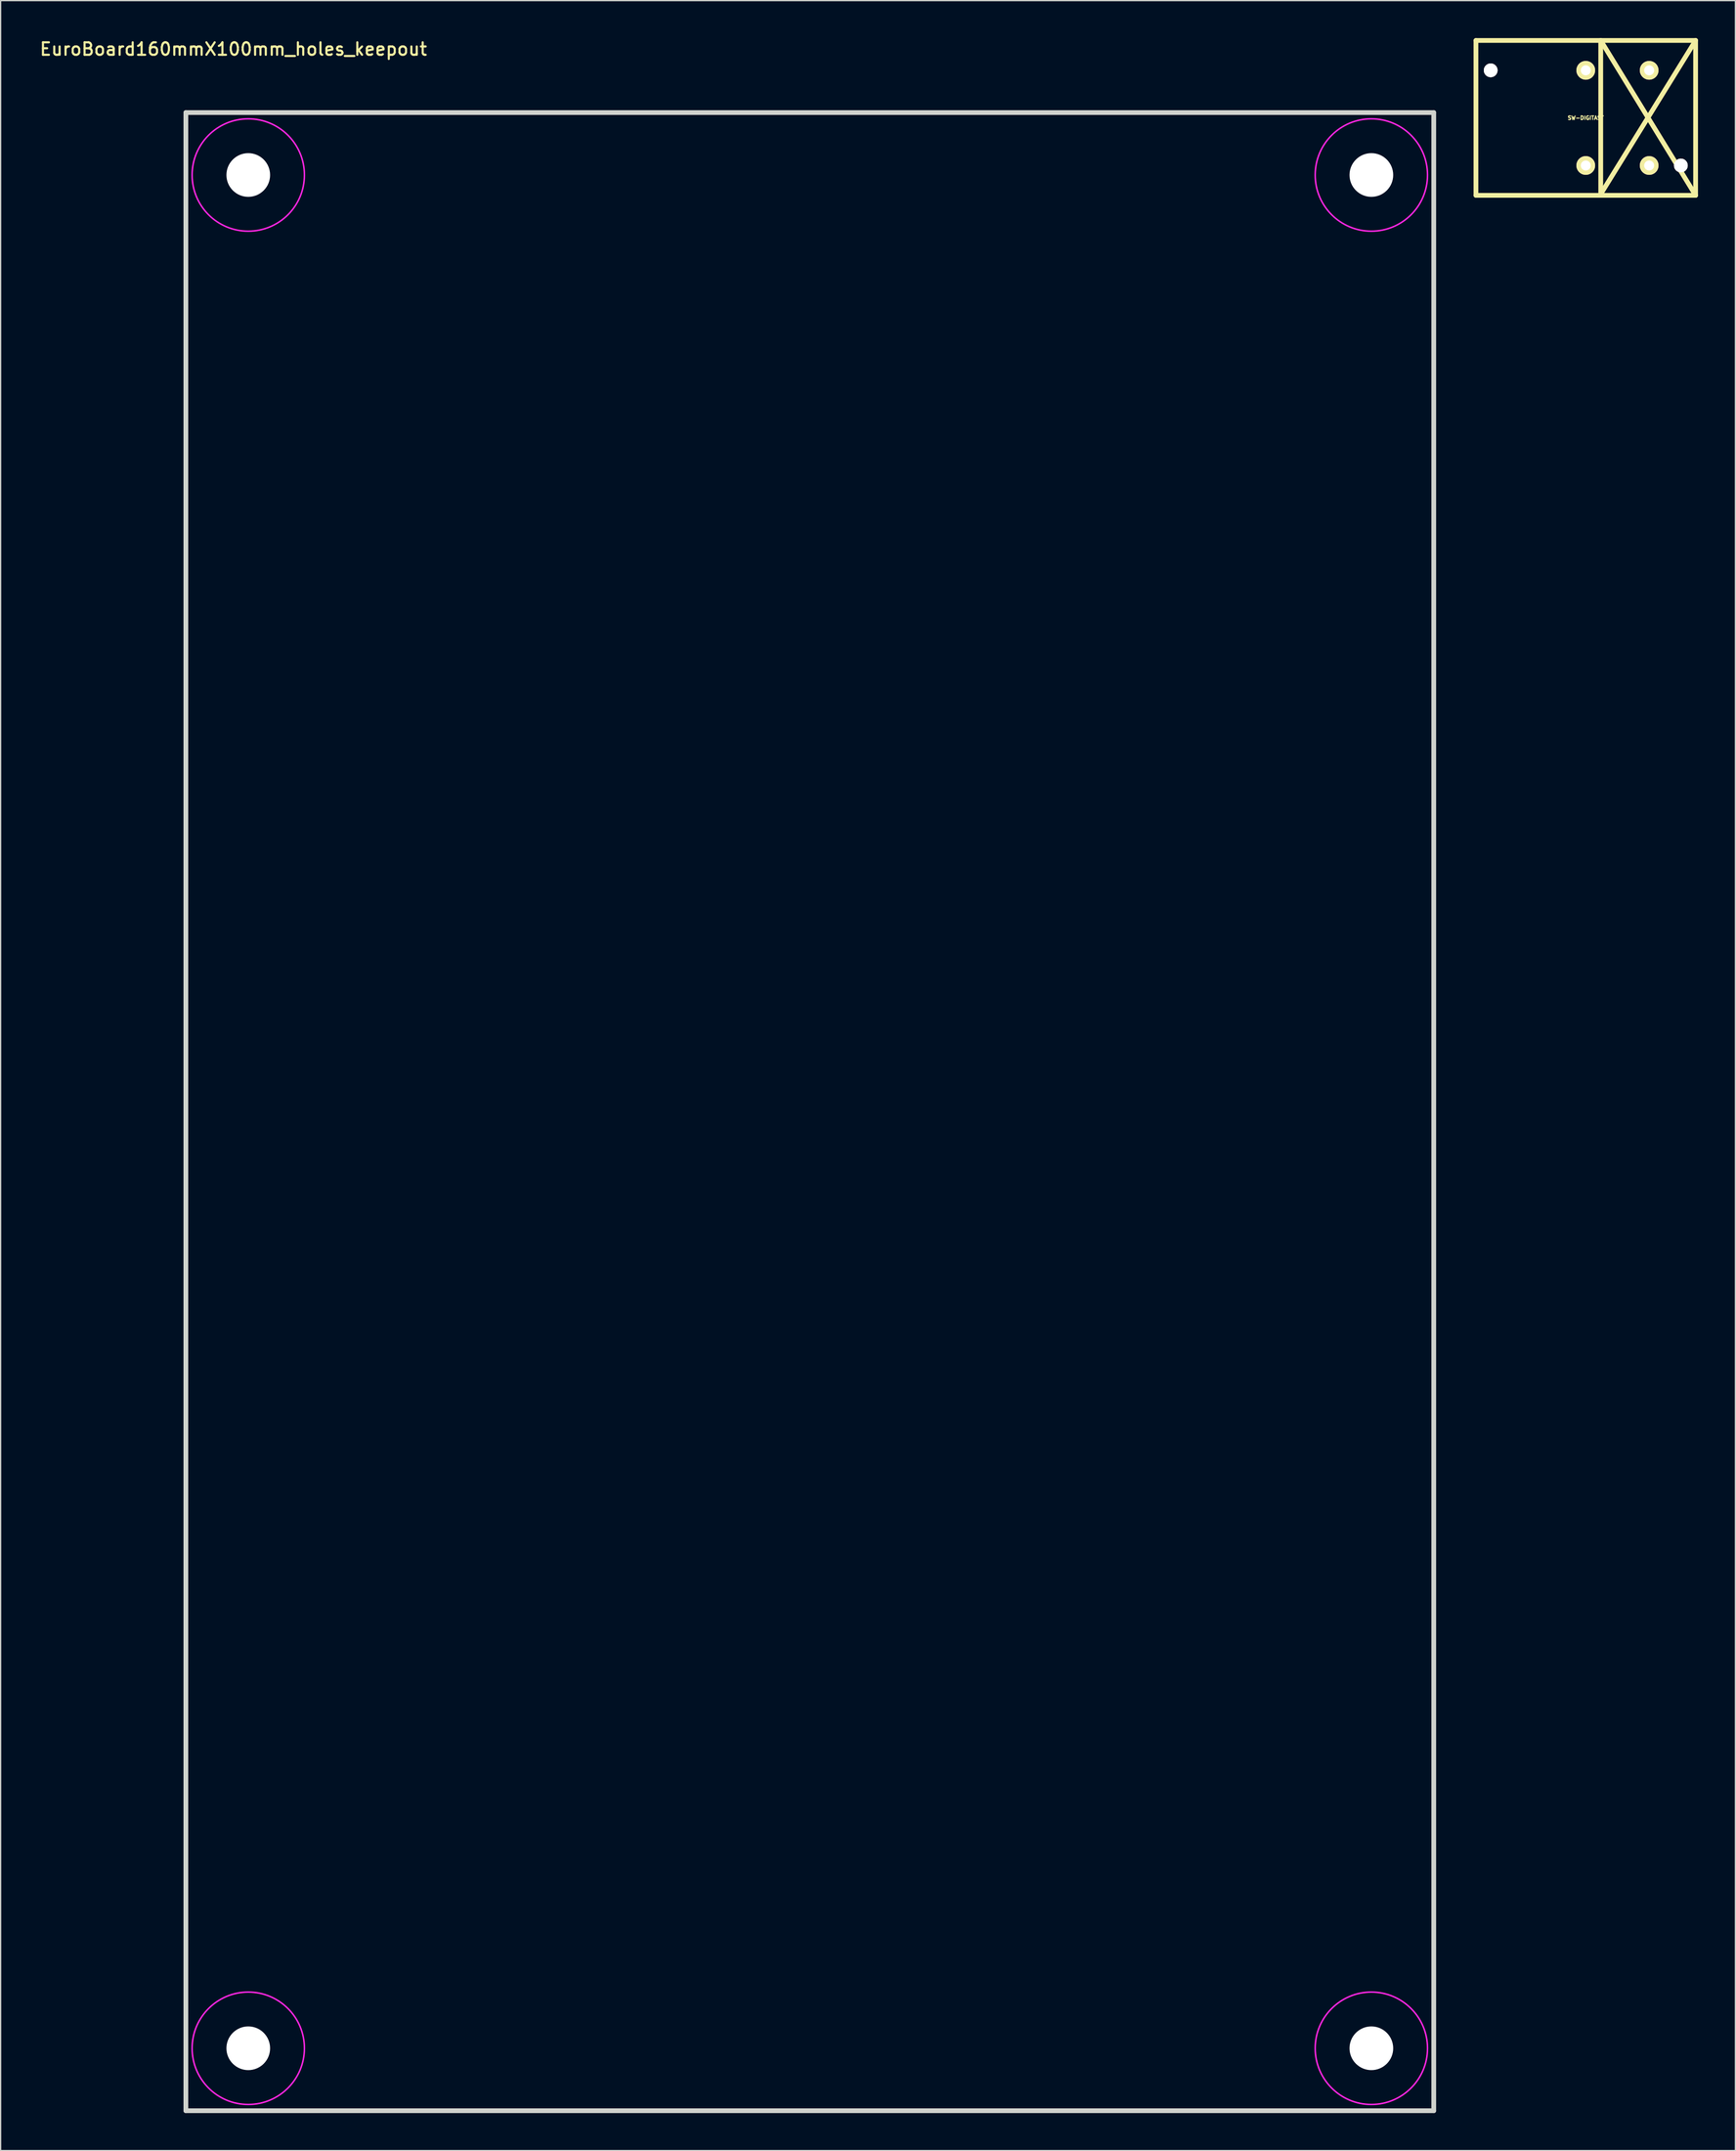
<source format=kicad_pcb>
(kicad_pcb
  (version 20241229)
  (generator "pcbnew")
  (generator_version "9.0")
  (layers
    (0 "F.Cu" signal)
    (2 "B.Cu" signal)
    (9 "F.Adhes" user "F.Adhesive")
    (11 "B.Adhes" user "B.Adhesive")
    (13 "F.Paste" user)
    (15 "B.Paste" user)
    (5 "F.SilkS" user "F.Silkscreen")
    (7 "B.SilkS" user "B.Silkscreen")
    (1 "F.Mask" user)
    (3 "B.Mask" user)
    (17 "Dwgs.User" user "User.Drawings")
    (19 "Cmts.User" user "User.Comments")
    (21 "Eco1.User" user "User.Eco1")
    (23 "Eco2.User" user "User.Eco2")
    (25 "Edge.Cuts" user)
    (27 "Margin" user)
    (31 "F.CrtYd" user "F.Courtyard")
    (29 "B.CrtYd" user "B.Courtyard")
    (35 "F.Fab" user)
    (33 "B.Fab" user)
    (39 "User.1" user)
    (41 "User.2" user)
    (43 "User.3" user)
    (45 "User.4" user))
  (footprint "SW-DIGITAST"
    (layer "F.Cu")
    (at 124.027 6.391)
    (property "Reference" "SW-DIGITAST" (at 0 0 0) (layer "F.SilkS") (effects (font (size 0.3 0.3) (thickness 0.076))))
    (attr through_hole)
    (fp_line (start -8.801 -6.2) (end 8.801 -6.2) (stroke (width 0.381) (type solid)) (layer "F.SilkS"))
    (fp_line (start -8.801 6.2) (end -8.801 -6.2) (stroke (width 0.381) (type solid)) (layer "F.SilkS"))
    (fp_line (start 1.199 -6.2) (end 1.199 6.2) (stroke (width 0.381) (type solid)) (layer "F.SilkS"))
    (fp_line (start 1.199 -6.2) (end 8.801 6.2) (stroke (width 0.381) (type solid)) (layer "F.SilkS"))
    (fp_line (start 1.199 6.101) (end 8.801 -6.2) (stroke (width 0.381) (type solid)) (layer "F.SilkS"))
    (fp_line (start 8.801 -6.2) (end 8.801 6.2) (stroke (width 0.381) (type solid)) (layer "F.SilkS"))
    (fp_line (start 8.801 6.2) (end -8.801 6.2) (stroke (width 0.381) (type solid)) (layer "F.SilkS"))
    (pad "" thru_hole circle (at -7.62 -3.81) (size 1.1 1.1) (drill 1.1) (layers "*.Cu" "*.Mask" "F.SilkS"))
    (pad "" thru_hole circle (at 5.08 3.81) (size 1.501 1.501) (drill 0.8) (layers "*.Cu" "*.Mask" "F.SilkS"))
    (pad "" thru_hole circle (at 7.62 3.81) (size 1.1 1.1) (drill 1.1) (layers "*.Cu" "*.Mask" "F.SilkS"))
    (pad "1" thru_hole circle (at 0 -3.81) (size 1.501 1.501) (drill 0.8) (layers "*.Cu" "*.Mask" "F.SilkS"))
    (pad "1" thru_hole circle (at 0 3.81) (size 1.501 1.501) (drill 0.8) (layers "*.Cu" "*.Mask" "F.SilkS"))
    (pad "2" thru_hole circle (at 5.08 -3.81) (size 1.501 1.501) (drill 0.8) (layers "*.Cu" "*.Mask" "F.SilkS")))
  (footprint "EuroBoard160mmX100mm_holes_keepout"
    (layer "F.Cu")
    (at 11.845 5.963)
    (property "Reference" "EuroBoard160mmX100mm_holes_keepout" (at 3.81 -5.08 0) (layer "F.SilkS") (effects (font (size 1 1) (thickness 0.17))))
    (attr through_hole)
    (fp_line (start 0 0) (end 100 0) (stroke (width 0.38) (type solid)) (layer "Edge.Cuts"))
    (fp_line (start 0 160) (end 0 0) (stroke (width 0.38) (type solid)) (layer "Edge.Cuts"))
    (fp_line (start 0 160) (end 100 160) (stroke (width 0.38) (type solid)) (layer "Edge.Cuts"))
    (fp_line (start 100 0) (end 100 160) (stroke (width 0.38) (type solid)) (layer "Edge.Cuts"))
    (fp_circle (center 5 5) (end 9.5 5) (stroke (width 0.12) (type solid)) (fill no) (layer "F.CrtYd"))
    (fp_circle (center 5 155) (end 9.5 155) (stroke (width 0.12) (type solid)) (fill no) (layer "F.CrtYd"))
    (fp_circle (center 95 5) (end 99.5 5) (stroke (width 0.12) (type solid)) (fill no) (layer "F.CrtYd"))
    (fp_circle (center 95 155) (end 99.5 155) (stroke (width 0.12) (type solid)) (fill no) (layer "F.CrtYd"))
    (pad "" np_thru_hole circle (at 5 5) (size 3.5 3.5) (drill 3.5) (layers "*.Cu" "*.Mask"))
    (pad "" np_thru_hole circle (at 5 155) (size 3.5 3.5) (drill 3.5) (layers "*.Cu" "*.Mask"))
    (pad "" np_thru_hole circle (at 95 5) (size 3.5 3.5) (drill 3.5) (layers "*.Cu" "*.Mask"))
    (pad "" np_thru_hole circle (at 95 155) (size 3.5 3.5) (drill 3.5) (layers "*.Cu" "*.Mask")))
  (gr_rect
    (start -3 -3)
    (end 136.018 169.153)
    (stroke (width 0.1) (type default))
    (fill no)
    (layer "Edge.Cuts")))
</source>
